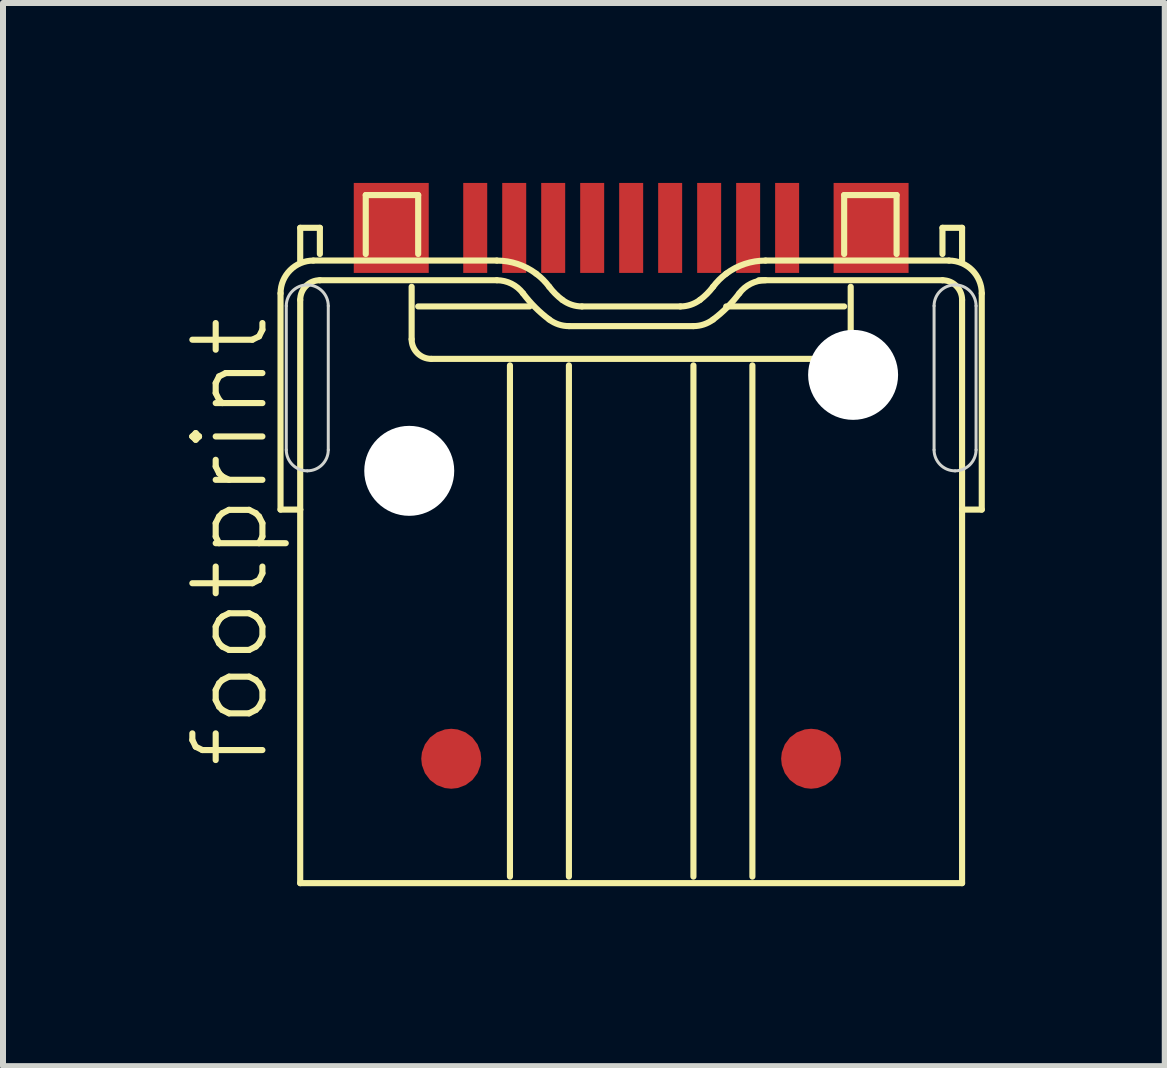
<source format=kicad_pcb>
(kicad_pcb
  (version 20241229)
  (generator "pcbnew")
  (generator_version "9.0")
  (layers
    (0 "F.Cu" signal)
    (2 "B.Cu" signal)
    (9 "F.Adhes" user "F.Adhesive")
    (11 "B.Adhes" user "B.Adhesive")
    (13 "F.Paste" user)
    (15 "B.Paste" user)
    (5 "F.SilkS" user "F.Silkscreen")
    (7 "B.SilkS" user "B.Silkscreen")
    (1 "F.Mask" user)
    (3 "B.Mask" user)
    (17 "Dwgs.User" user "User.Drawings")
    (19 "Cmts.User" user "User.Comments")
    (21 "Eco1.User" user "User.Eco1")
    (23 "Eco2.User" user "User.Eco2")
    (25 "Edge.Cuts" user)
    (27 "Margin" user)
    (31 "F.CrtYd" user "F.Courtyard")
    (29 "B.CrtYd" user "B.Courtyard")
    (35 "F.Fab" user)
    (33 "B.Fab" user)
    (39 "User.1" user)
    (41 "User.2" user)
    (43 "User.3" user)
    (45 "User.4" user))
  (footprint "footprint"
    (layer "F.Cu")
    (at 7.473 10.8)
    (property "Reference" "footprint" (at -6 -1 90) (layer "F.SilkS") (effects (font (size 1.168 1.168) (thickness 0.102)) (justify left bottom)))
    (fp_line (start -5.846 -5.354) (end -5.846 -8.959) (stroke (width 0.102) (type solid)) (layer "F.SilkS"))
    (fp_line (start -5.518 -10.052) (end -5.19 -10.052) (stroke (width 0.102) (type solid)) (layer "F.SilkS"))
    (fp_line (start -5.518 -9.506) (end -5.518 -10.052) (stroke (width 0.102) (type solid)) (layer "F.SilkS"))
    (fp_line (start -5.518 -8.85) (end -5.518 -5.354) (stroke (width 0.102) (type solid)) (layer "F.SilkS"))
    (fp_line (start -5.518 -5.354) (end -5.846 -5.354) (stroke (width 0.102) (type solid)) (layer "F.SilkS"))
    (fp_line (start -5.518 -5.354) (end -5.518 0.874) (stroke (width 0.102) (type solid)) (layer "F.SilkS"))
    (fp_line (start -5.518 0.874) (end 5.517 0.874) (stroke (width 0.102) (type solid)) (layer "F.SilkS"))
    (fp_line (start -5.299 -9.506) (end -2.24 -9.506) (stroke (width 0.102) (type solid)) (layer "F.SilkS"))
    (fp_line (start -5.19 -10.052) (end -5.19 -9.615) (stroke (width 0.102) (type solid)) (layer "F.SilkS"))
    (fp_line (start -4.425 -10.598) (end -3.551 -10.598) (stroke (width 0.102) (type solid)) (layer "F.SilkS"))
    (fp_line (start -4.425 -9.615) (end -4.425 -10.598) (stroke (width 0.102) (type solid)) (layer "F.SilkS"))
    (fp_line (start -3.66 -9.069) (end -3.66 -8.194) (stroke (width 0.102) (type solid)) (layer "F.SilkS"))
    (fp_line (start -3.551 -10.598) (end -3.551 -9.615) (stroke (width 0.102) (type solid)) (layer "F.SilkS"))
    (fp_line (start -3.551 -8.741) (end -1.694 -8.741) (stroke (width 0.102) (type solid)) (layer "F.SilkS"))
    (fp_line (start -3.333 -7.867) (end 3.332 -7.867) (stroke (width 0.102) (type solid)) (layer "F.SilkS"))
    (fp_line (start -2.24 -9.178) (end -5.19 -9.178) (stroke (width 0.102) (type solid)) (layer "F.SilkS"))
    (fp_line (start -2.021 0.765) (end -2.021 -7.758) (stroke (width 0.102) (type solid)) (layer "F.SilkS"))
    (fp_line (start -1.038 -7.758) (end -1.038 0.765) (stroke (width 0.102) (type solid)) (layer "F.SilkS"))
    (fp_line (start -0.82 -8.741) (end 0.819 -8.741) (stroke (width 0.102) (type solid)) (layer "F.SilkS"))
    (fp_line (start 1.038 -7.758) (end 1.038 0.765) (stroke (width 0.102) (type solid)) (layer "F.SilkS"))
    (fp_line (start 1.038 -8.413) (end -1.038 -8.413) (stroke (width 0.102) (type solid)) (layer "F.SilkS"))
    (fp_line (start 1.584 -8.741) (end 3.551 -8.741) (stroke (width 0.102) (type solid)) (layer "F.SilkS"))
    (fp_line (start 2.021 0.765) (end 2.021 -7.758) (stroke (width 0.102) (type solid)) (layer "F.SilkS"))
    (fp_line (start 2.24 -9.506) (end 5.299 -9.506) (stroke (width 0.102) (type solid)) (layer "F.SilkS"))
    (fp_line (start 3.551 -10.598) (end 4.425 -10.598) (stroke (width 0.102) (type solid)) (layer "F.SilkS"))
    (fp_line (start 3.551 -9.615) (end 3.551 -10.598) (stroke (width 0.102) (type solid)) (layer "F.SilkS"))
    (fp_line (start 3.66 -8.194) (end 3.66 -9.069) (stroke (width 0.102) (type solid)) (layer "F.SilkS"))
    (fp_line (start 4.425 -10.598) (end 4.425 -9.615) (stroke (width 0.102) (type solid)) (layer "F.SilkS"))
    (fp_line (start 5.19 -10.052) (end 5.517 -10.052) (stroke (width 0.102) (type solid)) (layer "F.SilkS"))
    (fp_line (start 5.19 -9.615) (end 5.19 -10.052) (stroke (width 0.102) (type solid)) (layer "F.SilkS"))
    (fp_line (start 5.19 -9.178) (end 2.13 -9.178) (stroke (width 0.102) (type solid)) (layer "F.SilkS"))
    (fp_line (start 5.517 -10.052) (end 5.517 -9.506) (stroke (width 0.102) (type solid)) (layer "F.SilkS"))
    (fp_line (start 5.517 -5.354) (end 5.517 -8.85) (stroke (width 0.102) (type solid)) (layer "F.SilkS"))
    (fp_line (start 5.517 0.874) (end 5.517 -5.354) (stroke (width 0.102) (type solid)) (layer "F.SilkS"))
    (fp_line (start 5.845 -8.959) (end 5.845 -5.354) (stroke (width 0.102) (type solid)) (layer "F.SilkS"))
    (fp_line (start 5.845 -5.354) (end 5.517 -5.354) (stroke (width 0.102) (type solid)) (layer "F.SilkS"))
    (fp_arc (start -5.8455 -8.9593) (mid -5.685463 -9.345563) (end -5.2992 -9.5056) (stroke (width 0.1016) (type solid)) (layer "F.SilkS"))
    (fp_arc (start -5.5177 -8.85) (mid -5.42169 -9.08179) (end -5.1899 -9.1778) (stroke (width 0.1016) (type solid)) (layer "F.SilkS"))
    (fp_arc (start -3.3325 -7.8667) (mid -3.56429 -7.96271) (end -3.6603 -8.1945) (stroke (width 0.1016) (type solid)) (layer "F.SilkS"))
    (fp_arc (start -2.24 -9.5056) (mid -1.894474 -9.449537) (end -1.5844 -9.287101) (stroke (width 0.1016) (type solid)) (layer "F.SilkS"))
    (fp_arc (start -2.24 -9.177799) (mid -1.995673 -9.120116) (end -1.8029 -8.9593) (stroke (width 0.1016) (type solid)) (layer "F.SilkS"))
    (fp_arc (start -1.5844 -9.2871) (mid -1.467374 -9.185626) (end -1.3659 -9.0686) (stroke (width 0.1016) (type solid)) (layer "F.SilkS"))
    (fp_arc (start -1.3659 -8.5223) (mid -1.599908 -8.725292) (end -1.8029 -8.9593) (stroke (width 0.1016) (type solid)) (layer "F.SilkS"))
    (fp_arc (start -1.1474 -8.8501) (mid -1.264425 -8.951575) (end -1.3659 -9.0686) (stroke (width 0.1016) (type solid)) (layer "F.SilkS"))
    (fp_arc (start -1.0381 -8.413) (mid -1.210872 -8.44104) (end -1.365899 -8.5223) (stroke (width 0.1016) (type solid)) (layer "F.SilkS"))
    (fp_arc (start -0.819601 -8.7408) (mid -0.992363 -8.768871) (end -1.1474 -8.8501) (stroke (width 0.1016) (type solid)) (layer "F.SilkS"))
    (fp_arc (start 1.1471 -8.8501) (mid 0.992063 -8.768871) (end 0.819301 -8.7408) (stroke (width 0.1016) (type solid)) (layer "F.SilkS"))
    (fp_arc (start 1.365599 -8.5223) (mid 1.210572 -8.44104) (end 1.0378 -8.413) (stroke (width 0.1016) (type solid)) (layer "F.SilkS"))
    (fp_arc (start 1.3656 -9.0686) (mid 1.264125 -8.951575) (end 1.1471 -8.8501) (stroke (width 0.1016) (type solid)) (layer "F.SilkS"))
    (fp_arc (start 1.3656 -9.0686) (mid 1.467074 -9.185626) (end 1.5841 -9.2871) (stroke (width 0.1016) (type solid)) (layer "F.SilkS"))
    (fp_arc (start 1.5841 -9.287101) (mid 1.894174 -9.449537) (end 2.2397 -9.5056) (stroke (width 0.1016) (type solid)) (layer "F.SilkS"))
    (fp_arc (start 1.8026 -8.9593) (mid 1.599608 -8.725292) (end 1.3656 -8.5223) (stroke (width 0.1016) (type solid)) (layer "F.SilkS"))
    (fp_arc (start 1.8026 -8.9593) (mid 1.995373 -9.120116) (end 2.2397 -9.177799) (stroke (width 0.1016) (type solid)) (layer "F.SilkS"))
    (fp_arc (start 3.66 -8.1945) (mid 3.56399 -7.96271) (end 3.3322 -7.8667) (stroke (width 0.1016) (type solid)) (layer "F.SilkS"))
    (fp_arc (start 5.1897 -9.1778) (mid 5.421419 -9.081819) (end 5.5174 -8.8501) (stroke (width 0.1016) (type solid)) (layer "F.SilkS"))
    (fp_arc (start 5.2989 -9.5056) (mid 5.685192 -9.345592) (end 5.8452 -8.9593) (stroke (width 0.1016) (type solid)) (layer "F.SilkS"))
    (fp_line (start -5.75 -6.35) (end -5.75 -8.75) (stroke (width 0.05) (type solid)) (layer "Edge.Cuts"))
    (fp_line (start -5.05 -8.75) (end -5.05 -6.35) (stroke (width 0.05) (type solid)) (layer "Edge.Cuts"))
    (fp_line (start 5.05 -6.35) (end 5.05 -8.75) (stroke (width 0.05) (type solid)) (layer "Edge.Cuts"))
    (fp_line (start 5.75 -8.75) (end 5.75 -6.35) (stroke (width 0.05) (type solid)) (layer "Edge.Cuts"))
    (fp_arc (start -5.75 -8.75) (mid -5.647487 -8.997487) (end -5.4 -9.1) (stroke (width 0.05) (type solid)) (layer "Edge.Cuts"))
    (fp_arc (start -5.4 -9.1) (mid -5.152513 -8.997487) (end -5.05 -8.75) (stroke (width 0.05) (type solid)) (layer "Edge.Cuts"))
    (fp_arc (start -5.4 -6) (mid -5.647487 -6.102513) (end -5.75 -6.35) (stroke (width 0.05) (type solid)) (layer "Edge.Cuts"))
    (fp_arc (start -5.05 -6.35) (mid -5.152513 -6.102513) (end -5.4 -6) (stroke (width 0.05) (type solid)) (layer "Edge.Cuts"))
    (fp_arc (start 5.05 -8.75) (mid 5.152513 -8.997487) (end 5.4 -9.1) (stroke (width 0.05) (type solid)) (layer "Edge.Cuts"))
    (fp_arc (start 5.4 -9.1) (mid 5.647487 -8.997487) (end 5.75 -8.75) (stroke (width 0.05) (type solid)) (layer "Edge.Cuts"))
    (fp_arc (start 5.4 -6) (mid 5.152513 -6.102513) (end 5.05 -6.35) (stroke (width 0.05) (type solid)) (layer "Edge.Cuts"))
    (fp_arc (start 5.75 -6.35) (mid 5.647487 -6.102513) (end 5.4 -6) (stroke (width 0.05) (type solid)) (layer "Edge.Cuts"))
    (pad "" np_thru_hole circle (at -3.7 -6) (size 1.5 1.5) (drill 1.5) (layers "*.Cu" "*.Mask"))
    (pad "" np_thru_hole circle (at 3.7 -7.6) (size 1.5 1.5) (drill 1.5) (layers "*.Cu" "*.Mask"))
    (pad "1" smd rect (at -2.6 -10.05) (size 0.4 1.5) (layers "F.Cu" "F.Mask" "F.Paste"))
    (pad "2" smd rect (at -1.3 -10.05) (size 0.4 1.5) (layers "F.Cu" "F.Mask" "F.Paste"))
    (pad "3" smd rect (at 1.3 -10.05) (size 0.4 1.5) (layers "F.Cu" "F.Mask" "F.Paste"))
    (pad "4" smd rect (at 2.6 -10.05) (size 0.4 1.5) (layers "F.Cu" "F.Mask" "F.Paste"))
    (pad "5" smd rect (at 1.95 -10.05) (size 0.4 1.5) (layers "F.Cu" "F.Mask" "F.Paste"))
    (pad "6" smd rect (at 0.65 -10.05) (size 0.4 1.5) (layers "F.Cu" "F.Mask" "F.Paste"))
    (pad "7" smd rect (at 0 -10.05) (size 0.4 1.5) (layers "F.Cu" "F.Mask" "F.Paste"))
    (pad "8" smd rect (at -0.65 -10.05) (size 0.4 1.5) (layers "F.Cu" "F.Mask" "F.Paste"))
    (pad "9" smd rect (at -1.95 -10.05) (size 0.4 1.5) (layers "F.Cu" "F.Mask" "F.Paste"))
    (pad "M1" smd rect (at -4 -10.05) (size 1.25 1.5) (layers "F.Cu" "F.Mask" "F.Paste"))
    (pad "M2" smd rect (at 4 -10.05) (size 1.25 1.5) (layers "F.Cu" "F.Mask" "F.Paste"))
    (pad "M3" smd roundrect (at -3 -1.2) (size 1 1) (layers "F.Cu" "F.Mask" "F.Paste") (roundrect_rratio 0.5))
    (pad "M4" smd roundrect (at 3 -1.2) (size 1 1) (layers "F.Cu" "F.Mask" "F.Paste") (roundrect_rratio 0.5)))
  (gr_rect
    (start -3 -3)
    (end 16.369 14.725)
    (stroke (width 0.1) (type default))
    (fill no)
    (layer "Edge.Cuts")))
</source>
